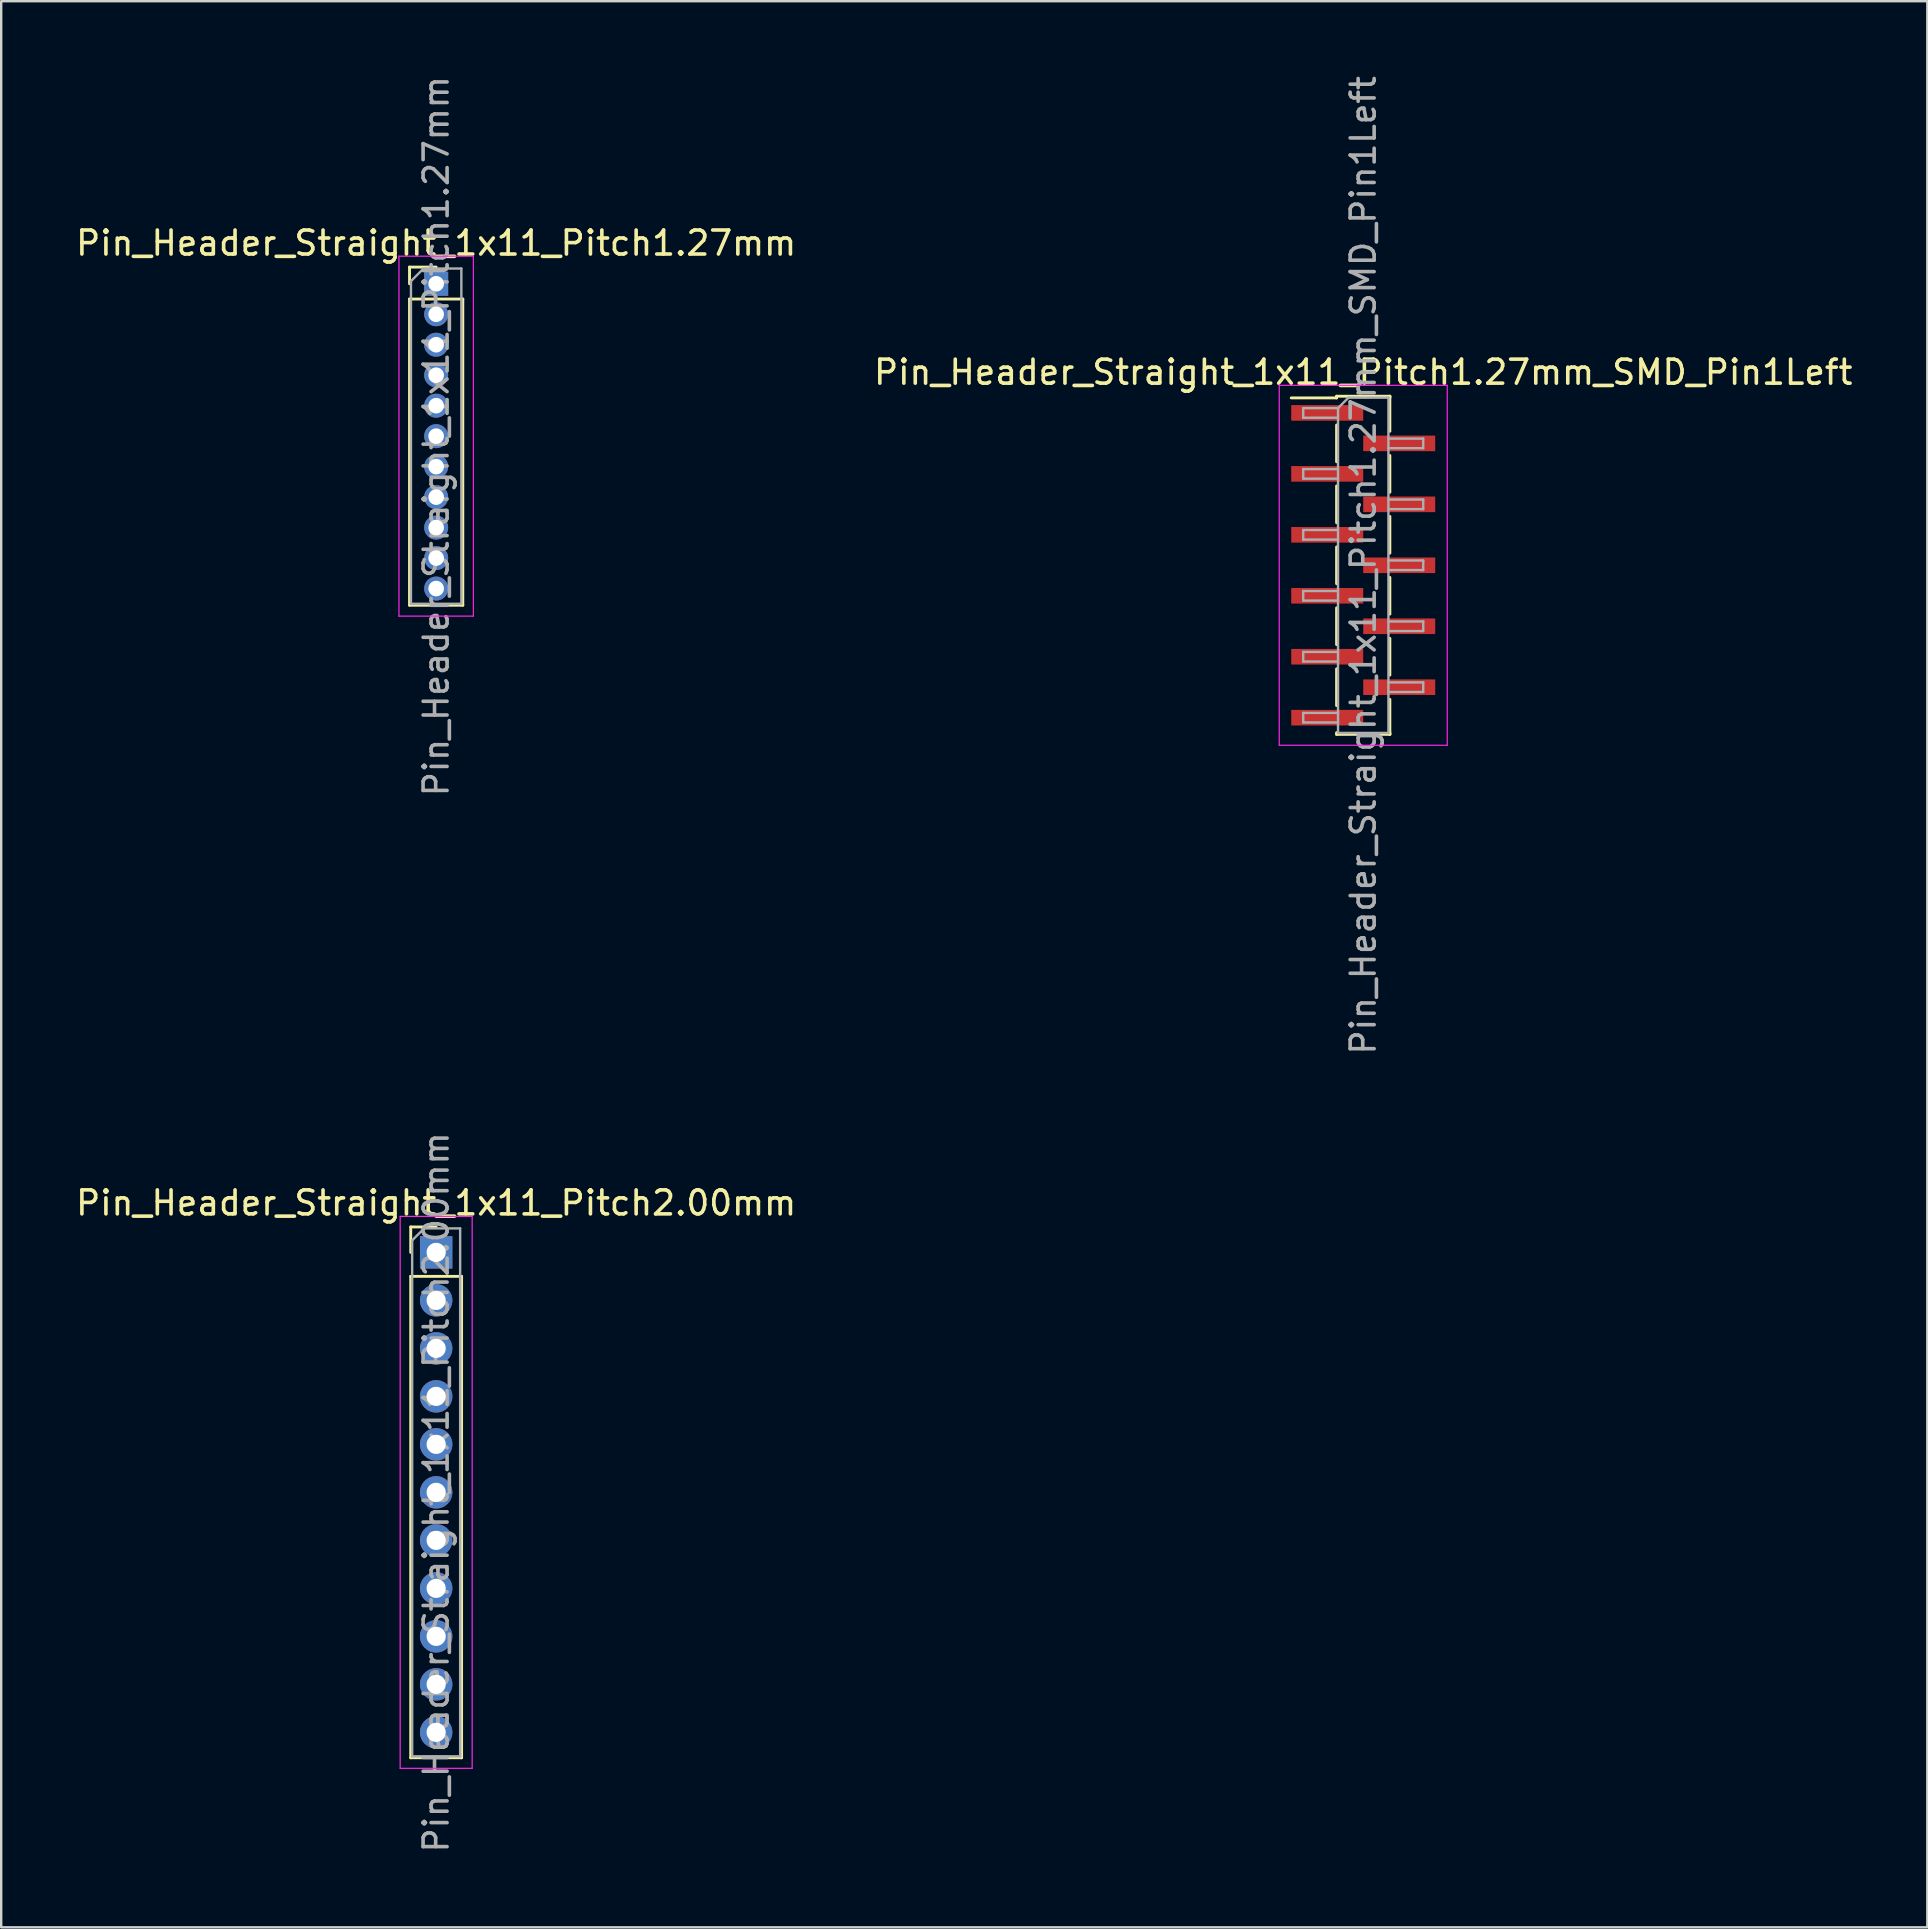
<source format=kicad_pcb>
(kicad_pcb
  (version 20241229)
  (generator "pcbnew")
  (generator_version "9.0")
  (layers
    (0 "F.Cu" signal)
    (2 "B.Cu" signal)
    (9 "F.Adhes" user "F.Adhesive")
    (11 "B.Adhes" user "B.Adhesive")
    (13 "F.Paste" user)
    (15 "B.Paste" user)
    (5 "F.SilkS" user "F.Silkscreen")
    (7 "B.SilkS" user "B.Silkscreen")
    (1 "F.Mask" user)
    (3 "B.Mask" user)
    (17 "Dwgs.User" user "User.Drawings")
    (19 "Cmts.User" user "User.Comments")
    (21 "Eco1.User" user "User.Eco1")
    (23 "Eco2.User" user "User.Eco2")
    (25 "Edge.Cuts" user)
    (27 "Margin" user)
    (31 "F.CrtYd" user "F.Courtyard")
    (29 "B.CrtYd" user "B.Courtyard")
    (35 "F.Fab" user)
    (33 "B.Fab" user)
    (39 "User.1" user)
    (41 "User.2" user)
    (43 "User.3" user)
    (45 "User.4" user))
  (footprint "Pin_Header_Straight_1x11_Pitch2.00mm"
    (layer "F.Cu")
    (at 15.125 49.137)
    (property "Reference" "Pin_Header_Straight_1x11_Pitch2.00mm" (at 0 -2.06 0) (layer "F.SilkS") (effects (font (size 1 1) (thickness 0.15))))
    (attr through_hole)
    (fp_line (start -1.06 -1.06) (end 0 -1.06) (stroke (width 0.12) (type solid)) (layer "F.SilkS"))
    (fp_line (start -1.06 0) (end -1.06 -1.06) (stroke (width 0.12) (type solid)) (layer "F.SilkS"))
    (fp_line (start -1.06 1) (end -1.06 21.06) (stroke (width 0.12) (type solid)) (layer "F.SilkS"))
    (fp_line (start -1.06 21.06) (end 1.06 21.06) (stroke (width 0.12) (type solid)) (layer "F.SilkS"))
    (fp_line (start 1.06 1) (end -1.06 1) (stroke (width 0.12) (type solid)) (layer "F.SilkS"))
    (fp_line (start 1.06 21.06) (end 1.06 1) (stroke (width 0.12) (type solid)) (layer "F.SilkS"))
    (fp_line (start -1.5 -1.5) (end -1.5 21.5) (stroke (width 0.05) (type solid)) (layer "F.CrtYd"))
    (fp_line (start -1.5 21.5) (end 1.5 21.5) (stroke (width 0.05) (type solid)) (layer "F.CrtYd"))
    (fp_line (start 1.5 -1.5) (end -1.5 -1.5) (stroke (width 0.05) (type solid)) (layer "F.CrtYd"))
    (fp_line (start 1.5 21.5) (end 1.5 -1.5) (stroke (width 0.05) (type solid)) (layer "F.CrtYd"))
    (fp_line (start -1 -0.5) (end -0.5 -1) (stroke (width 0.1) (type solid)) (layer "F.Fab"))
    (fp_line (start -1 21) (end -1 -0.5) (stroke (width 0.1) (type solid)) (layer "F.Fab"))
    (fp_line (start -0.5 -1) (end 1 -1) (stroke (width 0.1) (type solid)) (layer "F.Fab"))
    (fp_line (start 1 -1) (end 1 21) (stroke (width 0.1) (type solid)) (layer "F.Fab"))
    (fp_line (start 1 21) (end -1 21) (stroke (width 0.1) (type solid)) (layer "F.Fab"))
    (fp_text user "${REFERENCE}" (at 0 10 90) (layer "F.Fab") (effects (font (size 1 1) (thickness 0.15))))
    (pad "1" thru_hole rect (at 0 0) (size 1.35 1.35) (drill 0.8) (layers "*.Cu" "*.Mask"))
    (pad "2" thru_hole oval (at 0 2) (size 1.35 1.35) (drill 0.8) (layers "*.Cu" "*.Mask"))
    (pad "3" thru_hole oval (at 0 4) (size 1.35 1.35) (drill 0.8) (layers "*.Cu" "*.Mask"))
    (pad "4" thru_hole oval (at 0 6) (size 1.35 1.35) (drill 0.8) (layers "*.Cu" "*.Mask"))
    (pad "5" thru_hole oval (at 0 8) (size 1.35 1.35) (drill 0.8) (layers "*.Cu" "*.Mask"))
    (pad "6" thru_hole oval (at 0 10) (size 1.35 1.35) (drill 0.8) (layers "*.Cu" "*.Mask"))
    (pad "7" thru_hole oval (at 0 12) (size 1.35 1.35) (drill 0.8) (layers "*.Cu" "*.Mask"))
    (pad "8" thru_hole oval (at 0 14) (size 1.35 1.35) (drill 0.8) (layers "*.Cu" "*.Mask"))
    (pad "9" thru_hole oval (at 0 16) (size 1.35 1.35) (drill 0.8) (layers "*.Cu" "*.Mask"))
    (pad "10" thru_hole oval (at 0 18) (size 1.35 1.35) (drill 0.8) (layers "*.Cu" "*.Mask"))
    (pad "11" thru_hole oval (at 0 20) (size 1.35 1.35) (drill 0.8) (layers "*.Cu" "*.Mask")))
  (footprint "Pin_Header_Straight_1x11_Pitch1.27mm"
    (layer "F.Cu")
    (at 15.125 8.775)
    (property "Reference" "Pin_Header_Straight_1x11_Pitch1.27mm" (at 0 -1.695 0) (layer "F.SilkS") (effects (font (size 1 1) (thickness 0.15))))
    (attr through_hole)
    (fp_line (start -1.11 -0.695) (end 0 -0.695) (stroke (width 0.12) (type solid)) (layer "F.SilkS"))
    (fp_line (start -1.11 0) (end -1.11 -0.695) (stroke (width 0.12) (type solid)) (layer "F.SilkS"))
    (fp_line (start -1.11 0.635) (end -1.11 13.395) (stroke (width 0.12) (type solid)) (layer "F.SilkS"))
    (fp_line (start -1.11 13.395) (end 1.11 13.395) (stroke (width 0.12) (type solid)) (layer "F.SilkS"))
    (fp_line (start 1.11 0.635) (end -1.11 0.635) (stroke (width 0.12) (type solid)) (layer "F.SilkS"))
    (fp_line (start 1.11 13.395) (end 1.11 0.635) (stroke (width 0.12) (type solid)) (layer "F.SilkS"))
    (fp_line (start -1.55 -1.15) (end -1.55 13.85) (stroke (width 0.05) (type solid)) (layer "F.CrtYd"))
    (fp_line (start -1.55 13.85) (end 1.55 13.85) (stroke (width 0.05) (type solid)) (layer "F.CrtYd"))
    (fp_line (start 1.55 -1.15) (end -1.55 -1.15) (stroke (width 0.05) (type solid)) (layer "F.CrtYd"))
    (fp_line (start 1.55 13.85) (end 1.55 -1.15) (stroke (width 0.05) (type solid)) (layer "F.CrtYd"))
    (fp_line (start -1.05 -0.11) (end -0.525 -0.635) (stroke (width 0.1) (type solid)) (layer "F.Fab"))
    (fp_line (start -1.05 13.335) (end -1.05 -0.11) (stroke (width 0.1) (type solid)) (layer "F.Fab"))
    (fp_line (start -0.525 -0.635) (end 1.05 -0.635) (stroke (width 0.1) (type solid)) (layer "F.Fab"))
    (fp_line (start 1.05 -0.635) (end 1.05 13.335) (stroke (width 0.1) (type solid)) (layer "F.Fab"))
    (fp_line (start 1.05 13.335) (end -1.05 13.335) (stroke (width 0.1) (type solid)) (layer "F.Fab"))
    (fp_text user "${REFERENCE}" (at 0 6.35 90) (layer "F.Fab") (effects (font (size 1 1) (thickness 0.15))))
    (pad "1" thru_hole rect (at 0 0) (size 1 1) (drill 0.65) (layers "*.Cu" "*.Mask"))
    (pad "2" thru_hole oval (at 0 1.27) (size 1 1) (drill 0.65) (layers "*.Cu" "*.Mask"))
    (pad "3" thru_hole oval (at 0 2.54) (size 1 1) (drill 0.65) (layers "*.Cu" "*.Mask"))
    (pad "4" thru_hole oval (at 0 3.81) (size 1 1) (drill 0.65) (layers "*.Cu" "*.Mask"))
    (pad "5" thru_hole oval (at 0 5.08) (size 1 1) (drill 0.65) (layers "*.Cu" "*.Mask"))
    (pad "6" thru_hole oval (at 0 6.35) (size 1 1) (drill 0.65) (layers "*.Cu" "*.Mask"))
    (pad "7" thru_hole oval (at 0 7.62) (size 1 1) (drill 0.65) (layers "*.Cu" "*.Mask"))
    (pad "8" thru_hole oval (at 0 8.89) (size 1 1) (drill 0.65) (layers "*.Cu" "*.Mask"))
    (pad "9" thru_hole oval (at 0 10.16) (size 1 1) (drill 0.65) (layers "*.Cu" "*.Mask"))
    (pad "10" thru_hole oval (at 0 11.43) (size 1 1) (drill 0.65) (layers "*.Cu" "*.Mask"))
    (pad "11" thru_hole oval (at 0 12.7) (size 1 1) (drill 0.65) (layers "*.Cu" "*.Mask")))
  (footprint "Pin_Header_Straight_1x11_Pitch1.27mm_SMD_Pin1Left"
    (layer "F.Cu")
    (at 53.756 20.506)
    (property "Reference" "Pin_Header_Straight_1x11_Pitch1.27mm_SMD_Pin1Left" (at 0 -8.045 0) (layer "F.SilkS") (effects (font (size 1 1) (thickness 0.15))))
    (attr smd)
    (fp_line (start -1.11 -7.045) (end 1.11 -7.045) (stroke (width 0.12) (type solid)) (layer "F.SilkS"))
    (fp_line (start -1.11 -6.975) (end -3 -6.975) (stroke (width 0.12) (type solid)) (layer "F.SilkS"))
    (fp_line (start -1.11 -6.975) (end -1.11 -7.045) (stroke (width 0.12) (type solid)) (layer "F.SilkS"))
    (fp_line (start -1.11 -5.845) (end -1.11 -4.315) (stroke (width 0.12) (type solid)) (layer "F.SilkS"))
    (fp_line (start -1.11 -3.305) (end -1.11 -1.775) (stroke (width 0.12) (type solid)) (layer "F.SilkS"))
    (fp_line (start -1.11 -0.765) (end -1.11 0.765) (stroke (width 0.12) (type solid)) (layer "F.SilkS"))
    (fp_line (start -1.11 1.775) (end -1.11 3.305) (stroke (width 0.12) (type solid)) (layer "F.SilkS"))
    (fp_line (start -1.11 4.315) (end -1.11 5.845) (stroke (width 0.12) (type solid)) (layer "F.SilkS"))
    (fp_line (start -1.11 6.975) (end -1.11 7.045) (stroke (width 0.12) (type solid)) (layer "F.SilkS"))
    (fp_line (start -1.11 7.045) (end 1.11 7.045) (stroke (width 0.12) (type solid)) (layer "F.SilkS"))
    (fp_line (start 1.11 -7.045) (end 1.11 -6.975) (stroke (width 0.12) (type solid)) (layer "F.SilkS"))
    (fp_line (start 1.11 -7.045) (end 1.11 -5.585) (stroke (width 0.12) (type solid)) (layer "F.SilkS"))
    (fp_line (start 1.11 -4.575) (end 1.11 -3.045) (stroke (width 0.12) (type solid)) (layer "F.SilkS"))
    (fp_line (start 1.11 -2.035) (end 1.11 -0.505) (stroke (width 0.12) (type solid)) (layer "F.SilkS"))
    (fp_line (start 1.11 0.505) (end 1.11 2.035) (stroke (width 0.12) (type solid)) (layer "F.SilkS"))
    (fp_line (start 1.11 3.045) (end 1.11 4.575) (stroke (width 0.12) (type solid)) (layer "F.SilkS"))
    (fp_line (start 1.11 5.585) (end 1.11 7.045) (stroke (width 0.12) (type solid)) (layer "F.SilkS"))
    (fp_line (start 1.11 7.045) (end 1.11 6.975) (stroke (width 0.12) (type solid)) (layer "F.SilkS"))
    (fp_line (start -3.5 -7.5) (end -3.5 7.5) (stroke (width 0.05) (type solid)) (layer "F.CrtYd"))
    (fp_line (start -3.5 7.5) (end 3.5 7.5) (stroke (width 0.05) (type solid)) (layer "F.CrtYd"))
    (fp_line (start 3.5 -7.5) (end -3.5 -7.5) (stroke (width 0.05) (type solid)) (layer "F.CrtYd"))
    (fp_line (start 3.5 7.5) (end 3.5 -7.5) (stroke (width 0.05) (type solid)) (layer "F.CrtYd"))
    (fp_line (start -2.5 -6.55) (end -2.5 -6.15) (stroke (width 0.1) (type solid)) (layer "F.Fab"))
    (fp_line (start -2.5 -6.15) (end -1.05 -6.15) (stroke (width 0.1) (type solid)) (layer "F.Fab"))
    (fp_line (start -2.5 -4.01) (end -2.5 -3.61) (stroke (width 0.1) (type solid)) (layer "F.Fab"))
    (fp_line (start -2.5 -3.61) (end -1.05 -3.61) (stroke (width 0.1) (type solid)) (layer "F.Fab"))
    (fp_line (start -2.5 -1.47) (end -2.5 -1.07) (stroke (width 0.1) (type solid)) (layer "F.Fab"))
    (fp_line (start -2.5 -1.07) (end -1.05 -1.07) (stroke (width 0.1) (type solid)) (layer "F.Fab"))
    (fp_line (start -2.5 1.07) (end -2.5 1.47) (stroke (width 0.1) (type solid)) (layer "F.Fab"))
    (fp_line (start -2.5 1.47) (end -1.05 1.47) (stroke (width 0.1) (type solid)) (layer "F.Fab"))
    (fp_line (start -2.5 3.61) (end -2.5 4.01) (stroke (width 0.1) (type solid)) (layer "F.Fab"))
    (fp_line (start -2.5 4.01) (end -1.05 4.01) (stroke (width 0.1) (type solid)) (layer "F.Fab"))
    (fp_line (start -2.5 6.15) (end -2.5 6.55) (stroke (width 0.1) (type solid)) (layer "F.Fab"))
    (fp_line (start -2.5 6.55) (end -1.05 6.55) (stroke (width 0.1) (type solid)) (layer "F.Fab"))
    (fp_line (start -1.05 -6.55) (end -2.5 -6.55) (stroke (width 0.1) (type solid)) (layer "F.Fab"))
    (fp_line (start -1.05 -6.55) (end -0.615 -6.985) (stroke (width 0.1) (type solid)) (layer "F.Fab"))
    (fp_line (start -1.05 -4.01) (end -2.5 -4.01) (stroke (width 0.1) (type solid)) (layer "F.Fab"))
    (fp_line (start -1.05 -1.47) (end -2.5 -1.47) (stroke (width 0.1) (type solid)) (layer "F.Fab"))
    (fp_line (start -1.05 1.07) (end -2.5 1.07) (stroke (width 0.1) (type solid)) (layer "F.Fab"))
    (fp_line (start -1.05 3.61) (end -2.5 3.61) (stroke (width 0.1) (type solid)) (layer "F.Fab"))
    (fp_line (start -1.05 6.15) (end -2.5 6.15) (stroke (width 0.1) (type solid)) (layer "F.Fab"))
    (fp_line (start -1.05 6.985) (end -1.05 -6.55) (stroke (width 0.1) (type solid)) (layer "F.Fab"))
    (fp_line (start -0.615 -6.985) (end 1.05 -6.985) (stroke (width 0.1) (type solid)) (layer "F.Fab"))
    (fp_line (start 1.05 -6.985) (end 1.05 6.985) (stroke (width 0.1) (type solid)) (layer "F.Fab"))
    (fp_line (start 1.05 -5.28) (end 2.5 -5.28) (stroke (width 0.1) (type solid)) (layer "F.Fab"))
    (fp_line (start 1.05 -2.74) (end 2.5 -2.74) (stroke (width 0.1) (type solid)) (layer "F.Fab"))
    (fp_line (start 1.05 -0.2) (end 2.5 -0.2) (stroke (width 0.1) (type solid)) (layer "F.Fab"))
    (fp_line (start 1.05 2.34) (end 2.5 2.34) (stroke (width 0.1) (type solid)) (layer "F.Fab"))
    (fp_line (start 1.05 4.88) (end 2.5 4.88) (stroke (width 0.1) (type solid)) (layer "F.Fab"))
    (fp_line (start 1.05 6.985) (end -1.05 6.985) (stroke (width 0.1) (type solid)) (layer "F.Fab"))
    (fp_line (start 2.5 -5.28) (end 2.5 -4.88) (stroke (width 0.1) (type solid)) (layer "F.Fab"))
    (fp_line (start 2.5 -4.88) (end 1.05 -4.88) (stroke (width 0.1) (type solid)) (layer "F.Fab"))
    (fp_line (start 2.5 -2.74) (end 2.5 -2.34) (stroke (width 0.1) (type solid)) (layer "F.Fab"))
    (fp_line (start 2.5 -2.34) (end 1.05 -2.34) (stroke (width 0.1) (type solid)) (layer "F.Fab"))
    (fp_line (start 2.5 -0.2) (end 2.5 0.2) (stroke (width 0.1) (type solid)) (layer "F.Fab"))
    (fp_line (start 2.5 0.2) (end 1.05 0.2) (stroke (width 0.1) (type solid)) (layer "F.Fab"))
    (fp_line (start 2.5 2.34) (end 2.5 2.74) (stroke (width 0.1) (type solid)) (layer "F.Fab"))
    (fp_line (start 2.5 2.74) (end 1.05 2.74) (stroke (width 0.1) (type solid)) (layer "F.Fab"))
    (fp_line (start 2.5 4.88) (end 2.5 5.28) (stroke (width 0.1) (type solid)) (layer "F.Fab"))
    (fp_line (start 2.5 5.28) (end 1.05 5.28) (stroke (width 0.1) (type solid)) (layer "F.Fab"))
    (fp_text user "${REFERENCE}" (at 0 0 90) (layer "F.Fab") (effects (font (size 1 1) (thickness 0.15))))
    (pad "1" smd rect (at -1.5 -6.35) (size 3 0.65) (layers "F.Cu" "F.Mask" "F.Paste"))
    (pad "2" smd rect (at 1.5 -5.08) (size 3 0.65) (layers "F.Cu" "F.Mask" "F.Paste"))
    (pad "3" smd rect (at -1.5 -3.81) (size 3 0.65) (layers "F.Cu" "F.Mask" "F.Paste"))
    (pad "4" smd rect (at 1.5 -2.54) (size 3 0.65) (layers "F.Cu" "F.Mask" "F.Paste"))
    (pad "5" smd rect (at -1.5 -1.27) (size 3 0.65) (layers "F.Cu" "F.Mask" "F.Paste"))
    (pad "6" smd rect (at 1.5 0) (size 3 0.65) (layers "F.Cu" "F.Mask" "F.Paste"))
    (pad "7" smd rect (at -1.5 1.27) (size 3 0.65) (layers "F.Cu" "F.Mask" "F.Paste"))
    (pad "8" smd rect (at 1.5 2.54) (size 3 0.65) (layers "F.Cu" "F.Mask" "F.Paste"))
    (pad "9" smd rect (at -1.5 3.81) (size 3 0.65) (layers "F.Cu" "F.Mask" "F.Paste"))
    (pad "10" smd rect (at 1.5 5.08) (size 3 0.65) (layers "F.Cu" "F.Mask" "F.Paste"))
    (pad "11" smd rect (at -1.5 6.35) (size 3 0.65) (layers "F.Cu" "F.Mask" "F.Paste")))
  (gr_rect
    (start -3 -3)
    (end 77.262 77.262)
    (stroke (width 0.1) (type default))
    (fill no)
    (layer "Edge.Cuts")))
</source>
